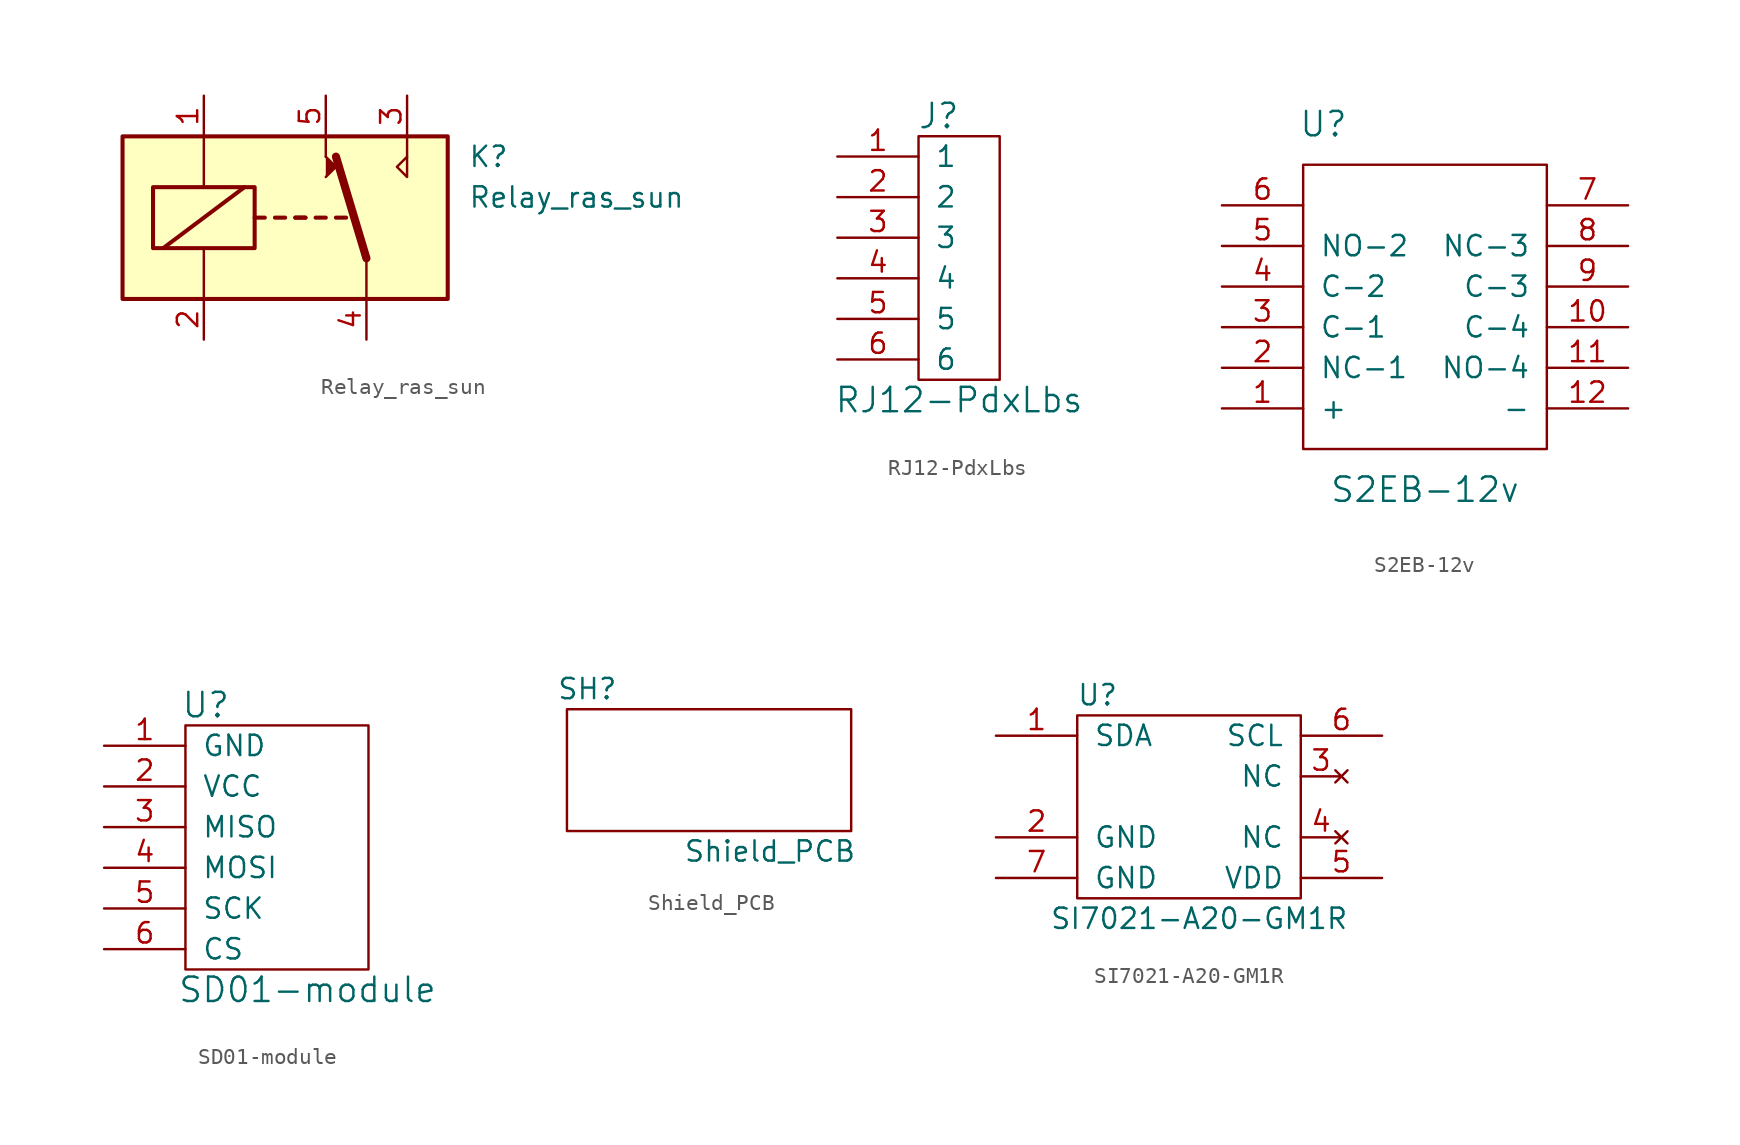
<source format=kicad_sym>
(kicad_symbol_lib
  (version 20211014)
  (generator kicad_symbol_editor)
  (symbol "Relay_ras_sun"
    (pin_names
      (offset 1.016))
    (property "Reference" "K"
      (at 11.43 3.81 0)
      (effects (font (size 1.27 1.27)) (justify left)))
    (property "Value" "Relay_ras_sun"
      (at 11.43 1.27 0)
      (effects (font (size 1.27 1.27)) (justify left)))
    (symbol "Relay_ras_sun_0_0"
      (polyline (pts (xy 2.54 3.81) (xy 2.54 5.08)) (stroke (width 0) (type default) (color 0 0 0 0)) (fill (type none)))
      (polyline (pts (xy 7.62 3.81) (xy 7.62 5.08)) (stroke (width 0) (type default) (color 0 0 0 0)) (fill (type none)))
      (polyline (pts (xy 7.62 3.81) (xy 7.62 2.54) (xy 6.985 3.175) (xy 7.62 3.81)) (stroke (width 0) (type default) (color 0 0 0 0)) (fill (type none))))
    (symbol "Relay_ras_sun_0_1"
      (rectangle (start -10.16 5.08) (end 10.16 -5.08) (stroke (width 0.254) (type default) (color 0 0 0 0)) (fill (type background)))
      (rectangle (start -8.255 1.905) (end -1.905 -1.905) (stroke (width 0.254) (type default) (color 0 0 0 0)) (fill (type none)))
      (polyline (pts (xy -7.62 -1.905) (xy -2.54 1.905)) (stroke (width 0.254) (type default) (color 0 0 0 0)) (fill (type none)))
      (polyline (pts (xy -5.08 -5.08) (xy -5.08 -1.905)) (stroke (width 0) (type default) (color 0 0 0 0)) (fill (type none)))
      (polyline (pts (xy -5.08 5.08) (xy -5.08 1.905)) (stroke (width 0) (type default) (color 0 0 0 0)) (fill (type none)))
      (polyline (pts (xy -1.905 0) (xy -1.27 0)) (stroke (width 0.254) (type default) (color 0 0 0 0)) (fill (type none)))
      (polyline (pts (xy -0.635 0) (xy 0 0)) (stroke (width 0.254) (type default) (color 0 0 0 0)) (fill (type none)))
      (polyline (pts (xy 0.635 0) (xy 1.27 0)) (stroke (width 0.254) (type default) (color 0 0 0 0)) (fill (type none)))
      (polyline (pts (xy 0.635 0) (xy 1.27 0)) (stroke (width 0.254) (type default) (color 0 0 0 0)) (fill (type none)))
      (polyline (pts (xy 1.905 0) (xy 2.54 0)) (stroke (width 0.254) (type default) (color 0 0 0 0)) (fill (type none)))
      (polyline (pts (xy 3.175 0) (xy 3.81 0)) (stroke (width 0.254) (type default) (color 0 0 0 0)) (fill (type none)))
      (polyline (pts (xy 5.08 -2.54) (xy 3.175 3.81)) (stroke (width 0.508) (type default) (color 0 0 0 0)) (fill (type none)))
      (polyline (pts (xy 5.08 -2.54) (xy 5.08 -5.08)) (stroke (width 0) (type default) (color 0 0 0 0)) (fill (type none)))
      (polyline (pts (xy 2.54 2.54) (xy 3.175 3.175) (xy 2.54 3.81)) (stroke (width 0) (type default) (color 0 0 0 0)) (fill (type outline))))
    (symbol "Relay_ras_sun_1_1"
      (pin passive line (at -5.08 7.62 270) (length 2.54) (name "~" (effects (font (size 1.27 1.27)))) (number "1" (effects (font (size 1.27 1.27)))))
      (pin passive line (at -5.08 -7.62 90) (length 2.54) (name "~" (effects (font (size 1.27 1.27)))) (number "2" (effects (font (size 1.27 1.27)))))
      (pin passive line (at 7.62 7.62 270) (length 2.54) (name "~" (effects (font (size 1.27 1.27)))) (number "3" (effects (font (size 1.27 1.27)))))
      (pin passive line (at 5.08 -7.62 90) (length 2.54) (name "~" (effects (font (size 1.27 1.27)))) (number "4" (effects (font (size 1.27 1.27)))))
      (pin passive line (at 2.54 7.62 270) (length 2.54) (name "~" (effects (font (size 1.27 1.27)))) (number "5" (effects (font (size 1.27 1.27)))))))
  (symbol "RJ12-PdxLbs"
    (pin_names
      (offset 1.016))
    (property "Reference" "J"
      (at -1.27 8.89 0)
      (effects (font (size 1.524 1.524))))
    (property "Value" "RJ12-PdxLbs"
      (at 0 -8.89 0)
      (effects (font (size 1.524 1.524))))
    (property "Footprint" ""
      (at 0 1.27 0)
      (effects (font (size 1.524 1.524))))
    (property "Datasheet" ""
      (at 0 1.27 0)
      (effects (font (size 1.524 1.524))))
    (symbol "RJ12-PdxLbs_0_1"
      (rectangle (start -2.54 7.62) (end 2.54 -7.62) (stroke (width 0) (type default) (color 0 0 0 0)) (fill (type none))))
    (symbol "RJ12-PdxLbs_1_1"
      (pin input line (at -7.62 6.35 0) (length 5.08) (name "1" (effects (font (size 1.27 1.27)))) (number "1" (effects (font (size 1.27 1.27)))))
      (pin input line (at -7.62 3.81 0) (length 5.08) (name "2" (effects (font (size 1.27 1.27)))) (number "2" (effects (font (size 1.27 1.27)))))
      (pin input line (at -7.62 1.27 0) (length 5.08) (name "3" (effects (font (size 1.27 1.27)))) (number "3" (effects (font (size 1.27 1.27)))))
      (pin input line (at -7.62 -1.27 0) (length 5.08) (name "4" (effects (font (size 1.27 1.27)))) (number "4" (effects (font (size 1.27 1.27)))))
      (pin input line (at -7.62 -3.81 0) (length 5.08) (name "5" (effects (font (size 1.27 1.27)))) (number "5" (effects (font (size 1.27 1.27)))))
      (pin input line (at -7.62 -6.35 0) (length 5.08) (name "6" (effects (font (size 1.27 1.27)))) (number "6" (effects (font (size 1.27 1.27)))))))
  (symbol "S2EB-12v"
    (pin_names
      (offset 1.016))
    (property "Reference" "U"
      (at -6.35 20.32 0)
      (effects (font (size 1.524 1.524))))
    (property "Value" "S2EB-12v"
      (at 0 -2.54 0)
      (effects (font (size 1.524 1.524))))
    (symbol "S2EB-12v_0_1"
      (rectangle (start -7.62 17.78) (end 7.62 0) (stroke (width 0) (type default) (color 0 0 0 0)) (fill (type none))))
    (symbol "S2EB-12v_1_1"
      (pin input line (at -12.7 2.54 0) (length 5.08) (name "+" (effects (font (size 1.27 1.27)))) (number "1" (effects (font (size 1.27 1.27)))))
      (pin input line (at 12.7 7.62 180) (length 5.08) (name "C-4" (effects (font (size 1.27 1.27)))) (number "10" (effects (font (size 1.27 1.27)))))
      (pin input line (at 12.7 5.08 180) (length 5.08) (name "NO-4" (effects (font (size 1.27 1.27)))) (number "11" (effects (font (size 1.27 1.27)))))
      (pin input line (at 12.7 2.54 180) (length 5.08) (name "-" (effects (font (size 1.27 1.27)))) (number "12" (effects (font (size 1.27 1.27)))))
      (pin input line (at -12.7 5.08 0) (length 5.08) (name "NC-1" (effects (font (size 1.27 1.27)))) (number "2" (effects (font (size 1.27 1.27)))))
      (pin input line (at -12.7 7.62 0) (length 5.08) (name "C-1" (effects (font (size 1.27 1.27)))) (number "3" (effects (font (size 1.27 1.27)))))
      (pin input line (at -12.7 10.16 0) (length 5.08) (name "C-2" (effects (font (size 1.27 1.27)))) (number "4" (effects (font (size 1.27 1.27)))))
      (pin input line (at -12.7 12.7 0) (length 5.08) (name "NO-2" (effects (font (size 1.27 1.27)))) (number "5" (effects (font (size 1.27 1.27)))))
      (pin input line (at -12.7 15.24 0) (length 5.08) (name "~" (effects (font (size 1.27 1.27)))) (number "6" (effects (font (size 1.27 1.27)))))
      (pin input line (at 12.7 15.24 180) (length 5.08) (name "~" (effects (font (size 1.27 1.27)))) (number "7" (effects (font (size 1.27 1.27)))))
      (pin input line (at 12.7 12.7 180) (length 5.08) (name "NC-3" (effects (font (size 1.27 1.27)))) (number "8" (effects (font (size 1.27 1.27)))))
      (pin input line (at 12.7 10.16 180) (length 5.08) (name "C-3" (effects (font (size 1.27 1.27)))) (number "9" (effects (font (size 1.27 1.27)))))))
  (symbol "SD01-module"
    (pin_names
      (offset 1.016))
    (property "Reference" "U"
      (at -5.08 8.89 0)
      (effects (font (size 1.524 1.524))))
    (property "Value" "SD01-module"
      (at 1.27 -8.89 0)
      (effects (font (size 1.524 1.524))))
    (property "Footprint" ""
      (at -3.81 0 0)
      (effects (font (size 1.524 1.524))))
    (property "Datasheet" ""
      (at -3.81 0 0)
      (effects (font (size 1.524 1.524))))
    (symbol "SD01-module_0_1"
      (rectangle (start -6.35 7.62) (end 5.08 -7.62) (stroke (width 0) (type default) (color 0 0 0 0)) (fill (type none))))
    (symbol "SD01-module_1_1"
      (pin power_in line (at -11.43 6.35 0) (length 5.08) (name "GND" (effects (font (size 1.27 1.27)))) (number "1" (effects (font (size 1.27 1.27)))))
      (pin power_in line (at -11.43 3.81 0) (length 5.08) (name "VCC" (effects (font (size 1.27 1.27)))) (number "2" (effects (font (size 1.27 1.27)))))
      (pin output line (at -11.43 1.27 0) (length 5.08) (name "MISO" (effects (font (size 1.27 1.27)))) (number "3" (effects (font (size 1.27 1.27)))))
      (pin input line (at -11.43 -1.27 0) (length 5.08) (name "MOSI" (effects (font (size 1.27 1.27)))) (number "4" (effects (font (size 1.27 1.27)))))
      (pin input line (at -11.43 -3.81 0) (length 5.08) (name "SCK" (effects (font (size 1.27 1.27)))) (number "5" (effects (font (size 1.27 1.27)))))
      (pin input line (at -11.43 -6.35 0) (length 5.08) (name "CS" (effects (font (size 1.27 1.27)))) (number "6" (effects (font (size 1.27 1.27)))))))
  (symbol "Shield_PCB"
    (pin_names
      (offset 1.016))
    (property "Reference" "SH"
      (at 1.27 8.89 0)
      (effects (font (size 1.27 1.27))))
    (property "Value" "Shield_PCB"
      (at 12.7 -1.27 0)
      (effects (font (size 1.27 1.27))))
    (symbol "Shield_PCB_0_1"
      (rectangle (start 0 7.62) (end 17.78 0) (stroke (width 0) (type default) (color 0 0 0 0)) (fill (type none)))))
  (symbol "SI7021-A20-GM1R"
    (pin_names
      (offset 1.016))
    (property "Reference" "U"
      (at -5.08 6.35 0)
      (effects (font (size 1.27 1.27))))
    (property "Value" "SI7021-A20-GM1R"
      (at 1.27 -7.62 0)
      (effects (font (size 1.27 1.27))))
    (symbol "SI7021-A20-GM1R_0_1"
      (rectangle (start -6.35 5.08) (end 7.62 -6.35) (stroke (width 0) (type default) (color 0 0 0 0)) (fill (type none))))
    (symbol "SI7021-A20-GM1R_1_1"
      (pin input line (at -11.43 3.81 0) (length 5.08) (name "SDA" (effects (font (size 1.27 1.27)))) (number "1" (effects (font (size 1.27 1.27)))))
      (pin input line (at -11.43 -2.54 0) (length 5.08) (name "GND" (effects (font (size 1.27 1.27)))) (number "2" (effects (font (size 1.27 1.27)))))
      (pin no_connect line (at 10.16 1.27 180) (length 2.54) (name "NC" (effects (font (size 1.27 1.27)))) (number "3" (effects (font (size 1.27 1.27)))))
      (pin no_connect line (at 10.16 -2.54 180) (length 2.54) (name "NC" (effects (font (size 1.27 1.27)))) (number "4" (effects (font (size 1.27 1.27)))))
      (pin input line (at 12.7 -5.08 180) (length 5.08) (name "VDD" (effects (font (size 1.27 1.27)))) (number "5" (effects (font (size 1.27 1.27)))))
      (pin input line (at 12.7 3.81 180) (length 5.08) (name "SCL" (effects (font (size 1.27 1.27)))) (number "6" (effects (font (size 1.27 1.27)))))
      (pin input line (at -11.43 -5.08 0) (length 5.08) (name "GND" (effects (font (size 1.27 1.27)))) (number "7" (effects (font (size 1.27 1.27))))))))
</source>
